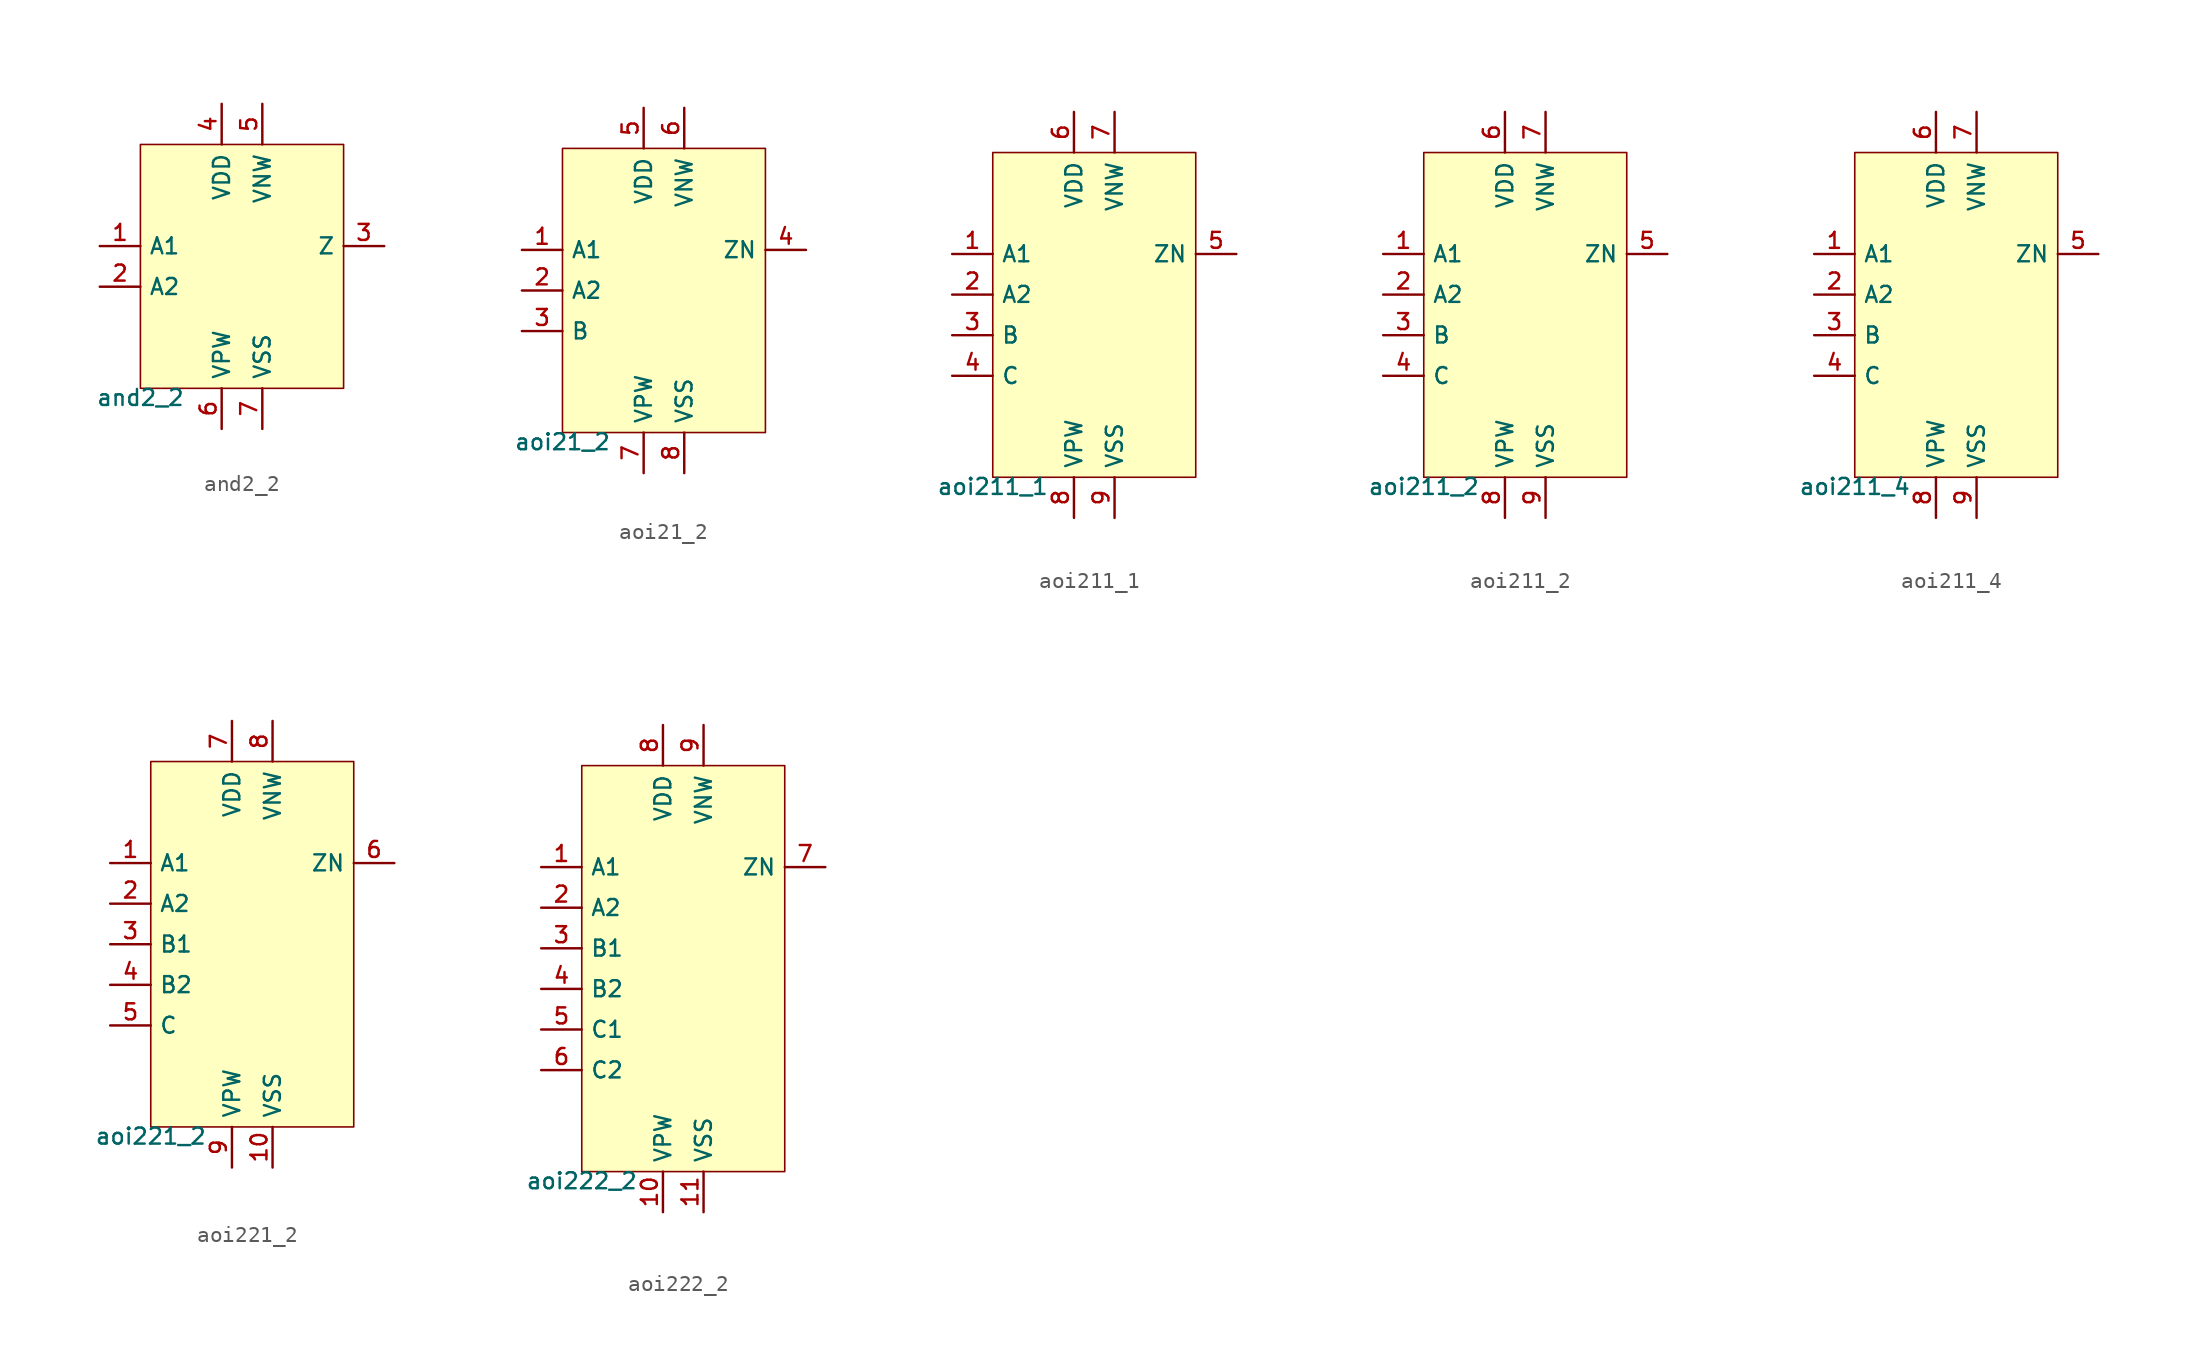
<source format=kicad_sym>
(kicad_symbol_lib
  (version 20211014)
  (generator pdk2kicad)
  (symbol "and2_2"
    (property "Reference" "X"
      (at 0 0 0)
      (effects (font (size 1 1)) hide))
    (property "Value" "and2_2"
      (at -6.35 -7.62 0)
      (effects (font (size 1 1)) (justify top)))
    (rectangle
      (start -6.35 -7.62)
      (end 6.35 7.62)
      (stroke (width 0.1) (type solid) (color 0 0 0 0))
      (fill (type background)))
    (pin input line
      (at -8.89 1.27 0)
      (length 2.54)
      (name "A1" (effects (font (size 1 1)) hide))
      (number "1" (effects (font (size 1 1)) hide)))
    (pin input line
      (at -8.89 -1.27 0)
      (length 2.54)
      (name "A2" (effects (font (size 1 1)) hide))
      (number "2" (effects (font (size 1 1)) hide)))
    (pin output line
      (at 8.89 1.27 180)
      (length 2.54)
      (name "Z" (effects (font (size 1 1)) hide))
      (number "3" (effects (font (size 1 1)) hide)))
    (pin power_in line
      (at -1.27 10.16 270)
      (length 2.54)
      (name "VDD" (effects (font (size 1 1)) hide))
      (number "4" (effects (font (size 1 1)) hide)))
    (pin power_in line
      (at 1.27 10.16 270)
      (length 2.54)
      (name "VNW" (effects (font (size 1 1)) hide))
      (number "5" (effects (font (size 1 1)) hide)))
    (pin power_in line
      (at -1.27 -10.16 90)
      (length 2.54)
      (name "VPW" (effects (font (size 1 1)) hide))
      (number "6" (effects (font (size 1 1)) hide)))
    (pin power_in line
      (at 1.27 -10.16 90)
      (length 2.54)
      (name "VSS" (effects (font (size 1 1)) hide))
      (number "7" (effects (font (size 1 1)) hide))))
  (symbol "aoi21_2"
    (property "Reference" "X"
      (at 0 0 0)
      (effects (font (size 1 1)) hide))
    (property "Value" "aoi21_2"
      (at -6.35 -8.89 0)
      (effects (font (size 1 1)) (justify top)))
    (rectangle
      (start -6.35 -8.89)
      (end 6.35 8.89)
      (stroke (width 0.1) (type solid) (color 0 0 0 0))
      (fill (type background)))
    (pin input line
      (at -8.89 2.54 0)
      (length 2.54)
      (name "A1" (effects (font (size 1 1)) hide))
      (number "1" (effects (font (size 1 1)) hide)))
    (pin input line
      (at -8.89 4.440892098500626e-16 0)
      (length 2.54)
      (name "A2" (effects (font (size 1 1)) hide))
      (number "2" (effects (font (size 1 1)) hide)))
    (pin input line
      (at -8.89 -2.54 0)
      (length 2.54)
      (name "B" (effects (font (size 1 1)) hide))
      (number "3" (effects (font (size 1 1)) hide)))
    (pin output line
      (at 8.89 2.54 180)
      (length 2.54)
      (name "ZN" (effects (font (size 1 1)) hide))
      (number "4" (effects (font (size 1 1)) hide)))
    (pin power_in line
      (at -1.27 11.43 270)
      (length 2.54)
      (name "VDD" (effects (font (size 1 1)) hide))
      (number "5" (effects (font (size 1 1)) hide)))
    (pin power_in line
      (at 1.27 11.43 270)
      (length 2.54)
      (name "VNW" (effects (font (size 1 1)) hide))
      (number "6" (effects (font (size 1 1)) hide)))
    (pin power_in line
      (at -1.27 -11.43 90)
      (length 2.54)
      (name "VPW" (effects (font (size 1 1)) hide))
      (number "7" (effects (font (size 1 1)) hide)))
    (pin power_in line
      (at 1.27 -11.43 90)
      (length 2.54)
      (name "VSS" (effects (font (size 1 1)) hide))
      (number "8" (effects (font (size 1 1)) hide))))
  (symbol "aoi211_1"
    (property "Reference" "X"
      (at 0 0 0)
      (effects (font (size 1 1)) hide))
    (property "Value" "aoi211_1"
      (at -6.35 -10.16 0)
      (effects (font (size 1 1)) (justify top)))
    (rectangle
      (start -6.35 -10.16)
      (end 6.35 10.16)
      (stroke (width 0.1) (type solid) (color 0 0 0 0))
      (fill (type background)))
    (pin input line
      (at -8.89 3.81 0)
      (length 2.54)
      (name "A1" (effects (font (size 1 1)) hide))
      (number "1" (effects (font (size 1 1)) hide)))
    (pin input line
      (at -8.89 1.27 0)
      (length 2.54)
      (name "A2" (effects (font (size 1 1)) hide))
      (number "2" (effects (font (size 1 1)) hide)))
    (pin input line
      (at -8.89 -1.27 0)
      (length 2.54)
      (name "B" (effects (font (size 1 1)) hide))
      (number "3" (effects (font (size 1 1)) hide)))
    (pin input line
      (at -8.89 -3.81 0)
      (length 2.54)
      (name "C" (effects (font (size 1 1)) hide))
      (number "4" (effects (font (size 1 1)) hide)))
    (pin output line
      (at 8.89 3.81 180)
      (length 2.54)
      (name "ZN" (effects (font (size 1 1)) hide))
      (number "5" (effects (font (size 1 1)) hide)))
    (pin power_in line
      (at -1.27 12.7 270)
      (length 2.54)
      (name "VDD" (effects (font (size 1 1)) hide))
      (number "6" (effects (font (size 1 1)) hide)))
    (pin power_in line
      (at 1.27 12.7 270)
      (length 2.54)
      (name "VNW" (effects (font (size 1 1)) hide))
      (number "7" (effects (font (size 1 1)) hide)))
    (pin power_in line
      (at -1.27 -12.7 90)
      (length 2.54)
      (name "VPW" (effects (font (size 1 1)) hide))
      (number "8" (effects (font (size 1 1)) hide)))
    (pin power_in line
      (at 1.27 -12.7 90)
      (length 2.54)
      (name "VSS" (effects (font (size 1 1)) hide))
      (number "9" (effects (font (size 1 1)) hide))))
  (symbol "aoi211_2"
    (property "Reference" "X"
      (at 0 0 0)
      (effects (font (size 1 1)) hide))
    (property "Value" "aoi211_2"
      (at -6.35 -10.16 0)
      (effects (font (size 1 1)) (justify top)))
    (rectangle
      (start -6.35 -10.16)
      (end 6.35 10.16)
      (stroke (width 0.1) (type solid) (color 0 0 0 0))
      (fill (type background)))
    (pin input line
      (at -8.89 3.81 0)
      (length 2.54)
      (name "A1" (effects (font (size 1 1)) hide))
      (number "1" (effects (font (size 1 1)) hide)))
    (pin input line
      (at -8.89 1.27 0)
      (length 2.54)
      (name "A2" (effects (font (size 1 1)) hide))
      (number "2" (effects (font (size 1 1)) hide)))
    (pin input line
      (at -8.89 -1.27 0)
      (length 2.54)
      (name "B" (effects (font (size 1 1)) hide))
      (number "3" (effects (font (size 1 1)) hide)))
    (pin input line
      (at -8.89 -3.81 0)
      (length 2.54)
      (name "C" (effects (font (size 1 1)) hide))
      (number "4" (effects (font (size 1 1)) hide)))
    (pin output line
      (at 8.89 3.81 180)
      (length 2.54)
      (name "ZN" (effects (font (size 1 1)) hide))
      (number "5" (effects (font (size 1 1)) hide)))
    (pin power_in line
      (at -1.27 12.7 270)
      (length 2.54)
      (name "VDD" (effects (font (size 1 1)) hide))
      (number "6" (effects (font (size 1 1)) hide)))
    (pin power_in line
      (at 1.27 12.7 270)
      (length 2.54)
      (name "VNW" (effects (font (size 1 1)) hide))
      (number "7" (effects (font (size 1 1)) hide)))
    (pin power_in line
      (at -1.27 -12.7 90)
      (length 2.54)
      (name "VPW" (effects (font (size 1 1)) hide))
      (number "8" (effects (font (size 1 1)) hide)))
    (pin power_in line
      (at 1.27 -12.7 90)
      (length 2.54)
      (name "VSS" (effects (font (size 1 1)) hide))
      (number "9" (effects (font (size 1 1)) hide))))
  (symbol "aoi211_4"
    (property "Reference" "X"
      (at 0 0 0)
      (effects (font (size 1 1)) hide))
    (property "Value" "aoi211_4"
      (at -6.35 -10.16 0)
      (effects (font (size 1 1)) (justify top)))
    (rectangle
      (start -6.35 -10.16)
      (end 6.35 10.16)
      (stroke (width 0.1) (type solid) (color 0 0 0 0))
      (fill (type background)))
    (pin input line
      (at -8.89 3.81 0)
      (length 2.54)
      (name "A1" (effects (font (size 1 1)) hide))
      (number "1" (effects (font (size 1 1)) hide)))
    (pin input line
      (at -8.89 1.27 0)
      (length 2.54)
      (name "A2" (effects (font (size 1 1)) hide))
      (number "2" (effects (font (size 1 1)) hide)))
    (pin input line
      (at -8.89 -1.27 0)
      (length 2.54)
      (name "B" (effects (font (size 1 1)) hide))
      (number "3" (effects (font (size 1 1)) hide)))
    (pin input line
      (at -8.89 -3.81 0)
      (length 2.54)
      (name "C" (effects (font (size 1 1)) hide))
      (number "4" (effects (font (size 1 1)) hide)))
    (pin output line
      (at 8.89 3.81 180)
      (length 2.54)
      (name "ZN" (effects (font (size 1 1)) hide))
      (number "5" (effects (font (size 1 1)) hide)))
    (pin power_in line
      (at -1.27 12.7 270)
      (length 2.54)
      (name "VDD" (effects (font (size 1 1)) hide))
      (number "6" (effects (font (size 1 1)) hide)))
    (pin power_in line
      (at 1.27 12.7 270)
      (length 2.54)
      (name "VNW" (effects (font (size 1 1)) hide))
      (number "7" (effects (font (size 1 1)) hide)))
    (pin power_in line
      (at -1.27 -12.7 90)
      (length 2.54)
      (name "VPW" (effects (font (size 1 1)) hide))
      (number "8" (effects (font (size 1 1)) hide)))
    (pin power_in line
      (at 1.27 -12.7 90)
      (length 2.54)
      (name "VSS" (effects (font (size 1 1)) hide))
      (number "9" (effects (font (size 1 1)) hide))))
  (symbol "aoi221_2"
    (property "Reference" "X"
      (at 0 0 0)
      (effects (font (size 1 1)) hide))
    (property "Value" "aoi221_2"
      (at -6.35 -11.43 0)
      (effects (font (size 1 1)) (justify top)))
    (rectangle
      (start -6.35 -11.43)
      (end 6.35 11.43)
      (stroke (width 0.1) (type solid) (color 0 0 0 0))
      (fill (type background)))
    (pin input line
      (at -8.89 5.08 0)
      (length 2.54)
      (name "A1" (effects (font (size 1 1)) hide))
      (number "1" (effects (font (size 1 1)) hide)))
    (pin input line
      (at -8.89 2.54 0)
      (length 2.54)
      (name "A2" (effects (font (size 1 1)) hide))
      (number "2" (effects (font (size 1 1)) hide)))
    (pin input line
      (at -8.89 -4.440892098500626e-16 0)
      (length 2.54)
      (name "B1" (effects (font (size 1 1)) hide))
      (number "3" (effects (font (size 1 1)) hide)))
    (pin input line
      (at -8.89 -2.54 0)
      (length 2.54)
      (name "B2" (effects (font (size 1 1)) hide))
      (number "4" (effects (font (size 1 1)) hide)))
    (pin input line
      (at -8.89 -5.08 0)
      (length 2.54)
      (name "C" (effects (font (size 1 1)) hide))
      (number "5" (effects (font (size 1 1)) hide)))
    (pin output line
      (at 8.89 5.08 180)
      (length 2.54)
      (name "ZN" (effects (font (size 1 1)) hide))
      (number "6" (effects (font (size 1 1)) hide)))
    (pin power_in line
      (at -1.27 13.97 270)
      (length 2.54)
      (name "VDD" (effects (font (size 1 1)) hide))
      (number "7" (effects (font (size 1 1)) hide)))
    (pin power_in line
      (at 1.27 13.97 270)
      (length 2.54)
      (name "VNW" (effects (font (size 1 1)) hide))
      (number "8" (effects (font (size 1 1)) hide)))
    (pin power_in line
      (at -1.27 -13.97 90)
      (length 2.54)
      (name "VPW" (effects (font (size 1 1)) hide))
      (number "9" (effects (font (size 1 1)) hide)))
    (pin power_in line
      (at 1.27 -13.97 90)
      (length 2.54)
      (name "VSS" (effects (font (size 1 1)) hide))
      (number "10" (effects (font (size 1 1)) hide))))
  (symbol "aoi222_2"
    (property "Reference" "X"
      (at 0 0 0)
      (effects (font (size 1 1)) hide))
    (property "Value" "aoi222_2"
      (at -6.35 -12.7 0)
      (effects (font (size 1 1)) (justify top)))
    (rectangle
      (start -6.35 -12.7)
      (end 6.35 12.7)
      (stroke (width 0.1) (type solid) (color 0 0 0 0))
      (fill (type background)))
    (pin input line
      (at -8.89 6.35 0)
      (length 2.54)
      (name "A1" (effects (font (size 1 1)) hide))
      (number "1" (effects (font (size 1 1)) hide)))
    (pin input line
      (at -8.89 3.81 0)
      (length 2.54)
      (name "A2" (effects (font (size 1 1)) hide))
      (number "2" (effects (font (size 1 1)) hide)))
    (pin input line
      (at -8.89 1.27 0)
      (length 2.54)
      (name "B1" (effects (font (size 1 1)) hide))
      (number "3" (effects (font (size 1 1)) hide)))
    (pin input line
      (at -8.89 -1.27 0)
      (length 2.54)
      (name "B2" (effects (font (size 1 1)) hide))
      (number "4" (effects (font (size 1 1)) hide)))
    (pin input line
      (at -8.89 -3.81 0)
      (length 2.54)
      (name "C1" (effects (font (size 1 1)) hide))
      (number "5" (effects (font (size 1 1)) hide)))
    (pin input line
      (at -8.89 -6.35 0)
      (length 2.54)
      (name "C2" (effects (font (size 1 1)) hide))
      (number "6" (effects (font (size 1 1)) hide)))
    (pin output line
      (at 8.89 6.35 180)
      (length 2.54)
      (name "ZN" (effects (font (size 1 1)) hide))
      (number "7" (effects (font (size 1 1)) hide)))
    (pin power_in line
      (at -1.27 15.24 270)
      (length 2.54)
      (name "VDD" (effects (font (size 1 1)) hide))
      (number "8" (effects (font (size 1 1)) hide)))
    (pin power_in line
      (at 1.27 15.24 270)
      (length 2.54)
      (name "VNW" (effects (font (size 1 1)) hide))
      (number "9" (effects (font (size 1 1)) hide)))
    (pin power_in line
      (at -1.27 -15.24 90)
      (length 2.54)
      (name "VPW" (effects (font (size 1 1)) hide))
      (number "10" (effects (font (size 1 1)) hide)))
    (pin power_in line
      (at 1.27 -15.24 90)
      (length 2.54)
      (name "VSS" (effects (font (size 1 1)) hide))
      (number "11" (effects (font (size 1 1)) hide)))))
</source>
